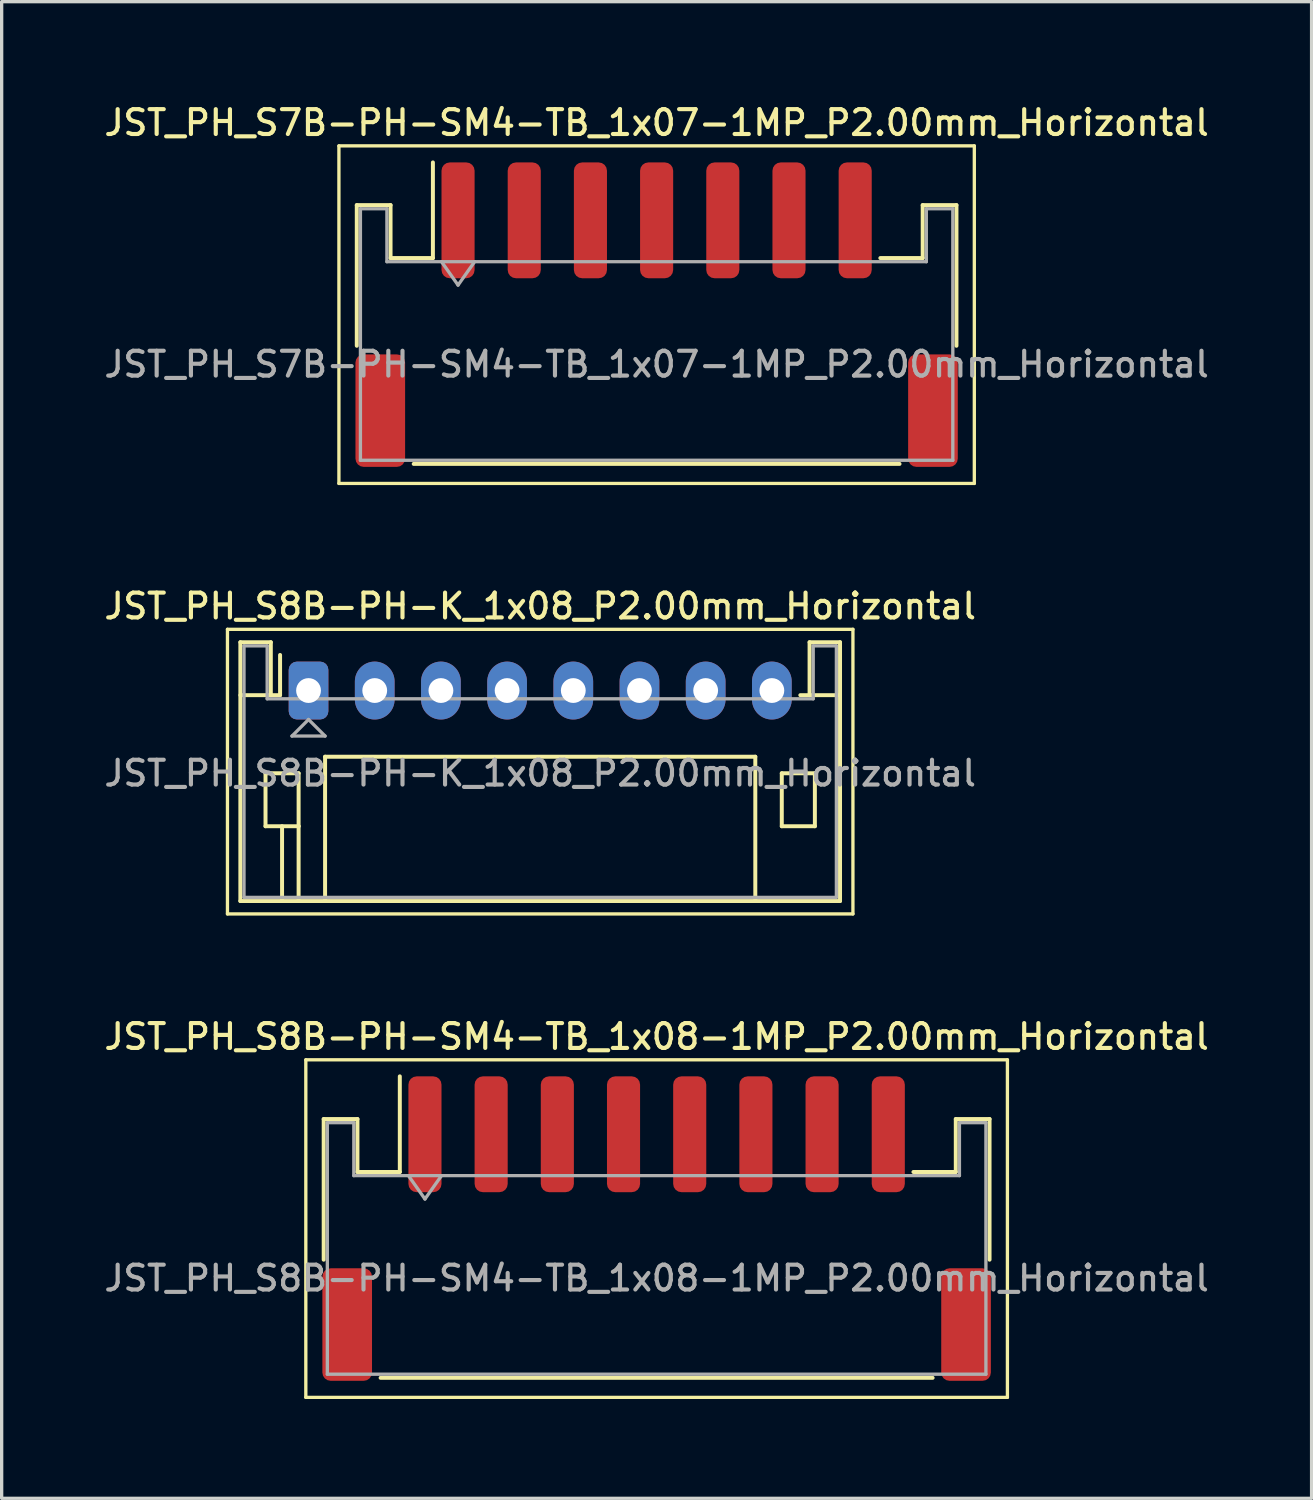
<source format=kicad_pcb>
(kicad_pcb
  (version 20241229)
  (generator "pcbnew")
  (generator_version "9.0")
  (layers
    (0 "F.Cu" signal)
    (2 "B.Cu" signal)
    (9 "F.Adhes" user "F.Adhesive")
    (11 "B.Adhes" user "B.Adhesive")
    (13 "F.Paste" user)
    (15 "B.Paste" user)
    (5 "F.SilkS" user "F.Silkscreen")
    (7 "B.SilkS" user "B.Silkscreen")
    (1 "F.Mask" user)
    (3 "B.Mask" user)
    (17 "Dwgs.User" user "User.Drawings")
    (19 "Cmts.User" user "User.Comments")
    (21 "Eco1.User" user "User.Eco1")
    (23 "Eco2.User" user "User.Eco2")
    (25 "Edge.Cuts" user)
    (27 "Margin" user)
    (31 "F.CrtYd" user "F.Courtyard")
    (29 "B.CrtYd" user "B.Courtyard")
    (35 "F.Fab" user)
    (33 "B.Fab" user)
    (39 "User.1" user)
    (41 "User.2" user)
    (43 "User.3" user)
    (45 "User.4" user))
  (footprint "JST_PH_S8B-PH-K_1x08_P2.00mm_Horizontal"
    (layer "F.Cu")
    (at 6.273 17.816)
    (property "Reference" "JST_PH_S8B-PH-K_1x08_P2.00mm_Horizontal" (at 7 -2.55 0) (layer "F.SilkS") (effects (font (size 0.75 0.75) (thickness 0.125))))
    (attr through_hole)
    (fp_line (start -2.45 -1.85) (end -2.45 6.75) (stroke (width 0.1) (type solid)) (layer "F.SilkS"))
    (fp_line (start -2.45 6.75) (end 16.45 6.75) (stroke (width 0.1) (type solid)) (layer "F.SilkS"))
    (fp_line (start -2.06 -1.46) (end -2.06 6.36) (stroke (width 0.12) (type solid)) (layer "F.SilkS"))
    (fp_line (start -2.06 0.14) (end -1.14 0.14) (stroke (width 0.12) (type solid)) (layer "F.SilkS"))
    (fp_line (start -2.06 6.36) (end 16.06 6.36) (stroke (width 0.12) (type solid)) (layer "F.SilkS"))
    (fp_line (start -1.3 2.5) (end -1.3 4.1) (stroke (width 0.12) (type solid)) (layer "F.SilkS"))
    (fp_line (start -1.3 4.1) (end -0.3 4.1) (stroke (width 0.12) (type solid)) (layer "F.SilkS"))
    (fp_line (start -1.14 -1.46) (end -2.06 -1.46) (stroke (width 0.12) (type solid)) (layer "F.SilkS"))
    (fp_line (start -1.14 0.14) (end -1.14 -1.46) (stroke (width 0.12) (type solid)) (layer "F.SilkS"))
    (fp_line (start -0.86 0.14) (end -1.14 0.14) (stroke (width 0.12) (type solid)) (layer "F.SilkS"))
    (fp_line (start -0.86 0.14) (end -0.86 -1.075) (stroke (width 0.12) (type solid)) (layer "F.SilkS"))
    (fp_line (start -0.8 4.1) (end -0.8 6.36) (stroke (width 0.12) (type solid)) (layer "F.SilkS"))
    (fp_line (start -0.3 2.5) (end -1.3 2.5) (stroke (width 0.12) (type solid)) (layer "F.SilkS"))
    (fp_line (start -0.3 4.1) (end -0.3 2.5) (stroke (width 0.12) (type solid)) (layer "F.SilkS"))
    (fp_line (start -0.3 4.1) (end -0.3 6.36) (stroke (width 0.12) (type solid)) (layer "F.SilkS"))
    (fp_line (start 0.5 2) (end 13.5 2) (stroke (width 0.12) (type solid)) (layer "F.SilkS"))
    (fp_line (start 0.5 6.36) (end 0.5 2) (stroke (width 0.12) (type solid)) (layer "F.SilkS"))
    (fp_line (start 13.5 2) (end 13.5 6.36) (stroke (width 0.12) (type solid)) (layer "F.SilkS"))
    (fp_line (start 14.3 2.5) (end 15.3 2.5) (stroke (width 0.12) (type solid)) (layer "F.SilkS"))
    (fp_line (start 14.3 4.1) (end 14.3 2.5) (stroke (width 0.12) (type solid)) (layer "F.SilkS"))
    (fp_line (start 15.14 -1.46) (end 15.14 0.14) (stroke (width 0.12) (type solid)) (layer "F.SilkS"))
    (fp_line (start 15.14 0.14) (end 14.86 0.14) (stroke (width 0.12) (type solid)) (layer "F.SilkS"))
    (fp_line (start 15.3 2.5) (end 15.3 4.1) (stroke (width 0.12) (type solid)) (layer "F.SilkS"))
    (fp_line (start 15.3 4.1) (end 14.3 4.1) (stroke (width 0.12) (type solid)) (layer "F.SilkS"))
    (fp_line (start 16.06 -1.46) (end 15.14 -1.46) (stroke (width 0.12) (type solid)) (layer "F.SilkS"))
    (fp_line (start 16.06 0.14) (end 15.14 0.14) (stroke (width 0.12) (type solid)) (layer "F.SilkS"))
    (fp_line (start 16.06 6.36) (end 16.06 -1.46) (stroke (width 0.12) (type solid)) (layer "F.SilkS"))
    (fp_line (start 16.45 -1.85) (end -2.45 -1.85) (stroke (width 0.1) (type solid)) (layer "F.SilkS"))
    (fp_line (start 16.45 6.75) (end 16.45 -1.85) (stroke (width 0.1) (type solid)) (layer "F.SilkS"))
    (fp_line (start -1.95 -1.35) (end -1.95 6.25) (stroke (width 0.1) (type solid)) (layer "F.Fab"))
    (fp_line (start -1.95 6.25) (end 15.95 6.25) (stroke (width 0.1) (type solid)) (layer "F.Fab"))
    (fp_line (start -1.25 -1.35) (end -1.95 -1.35) (stroke (width 0.1) (type solid)) (layer "F.Fab"))
    (fp_line (start -1.25 0.25) (end -1.25 -1.35) (stroke (width 0.1) (type solid)) (layer "F.Fab"))
    (fp_line (start -0.5 1.375) (end 0.5 1.375) (stroke (width 0.1) (type solid)) (layer "F.Fab"))
    (fp_line (start 0 0.875) (end -0.5 1.375) (stroke (width 0.1) (type solid)) (layer "F.Fab"))
    (fp_line (start 0.5 1.375) (end 0 0.875) (stroke (width 0.1) (type solid)) (layer "F.Fab"))
    (fp_line (start 15.25 -1.35) (end 15.25 0.25) (stroke (width 0.1) (type solid)) (layer "F.Fab"))
    (fp_line (start 15.25 0.25) (end -1.25 0.25) (stroke (width 0.1) (type solid)) (layer "F.Fab"))
    (fp_line (start 15.95 -1.35) (end 15.25 -1.35) (stroke (width 0.1) (type solid)) (layer "F.Fab"))
    (fp_line (start 15.95 6.25) (end 15.95 -1.35) (stroke (width 0.1) (type solid)) (layer "F.Fab"))
    (fp_text user "${REFERENCE}" (at 7 2.5 0) (layer "F.Fab") (effects (font (size 0.75 0.75) (thickness 0.125))))
    (pad "1" thru_hole roundrect (at 0 0) (size 1.2 1.75) (drill 0.75) (layers "*.Cu" "*.Mask") (roundrect_rratio 0.208))
    (pad "2" thru_hole oval (at 2 0) (size 1.2 1.75) (drill 0.75) (layers "*.Cu" "*.Mask"))
    (pad "3" thru_hole oval (at 4 0) (size 1.2 1.75) (drill 0.75) (layers "*.Cu" "*.Mask"))
    (pad "4" thru_hole oval (at 6 0) (size 1.2 1.75) (drill 0.75) (layers "*.Cu" "*.Mask"))
    (pad "5" thru_hole oval (at 8 0) (size 1.2 1.75) (drill 0.75) (layers "*.Cu" "*.Mask"))
    (pad "6" thru_hole oval (at 10 0) (size 1.2 1.75) (drill 0.75) (layers "*.Cu" "*.Mask"))
    (pad "7" thru_hole oval (at 12 0) (size 1.2 1.75) (drill 0.75) (layers "*.Cu" "*.Mask"))
    (pad "8" thru_hole oval (at 14 0) (size 1.2 1.75) (drill 0.75) (layers "*.Cu" "*.Mask")))
  (footprint "JST_PH_S8B-PH-SM4-TB_1x08-1MP_P2.00mm_Horizontal"
    (layer "F.Cu")
    (at 16.791 34.074)
    (property "Reference" "JST_PH_S8B-PH-SM4-TB_1x08-1MP_P2.00mm_Horizontal" (at 0 -5.8 0) (layer "F.SilkS") (effects (font (size 0.75 0.75) (thickness 0.125))))
    (attr smd)
    (fp_line (start -10.6 -5.1) (end -10.6 5.1) (stroke (width 0.1) (type solid)) (layer "F.SilkS"))
    (fp_line (start -10.6 5.1) (end 10.6 5.1) (stroke (width 0.1) (type solid)) (layer "F.SilkS"))
    (fp_line (start -10.06 -3.31) (end -9.04 -3.31) (stroke (width 0.12) (type solid)) (layer "F.SilkS"))
    (fp_line (start -10.06 0.94) (end -10.06 -3.31) (stroke (width 0.12) (type solid)) (layer "F.SilkS"))
    (fp_line (start -9.04 -3.31) (end -9.04 -1.71) (stroke (width 0.12) (type solid)) (layer "F.SilkS"))
    (fp_line (start -9.04 -1.71) (end -7.76 -1.71) (stroke (width 0.12) (type solid)) (layer "F.SilkS"))
    (fp_line (start -8.34 4.51) (end 8.34 4.51) (stroke (width 0.12) (type solid)) (layer "F.SilkS"))
    (fp_line (start -7.76 -1.71) (end -7.76 -4.6) (stroke (width 0.12) (type solid)) (layer "F.SilkS"))
    (fp_line (start 9.04 -3.31) (end 9.04 -1.71) (stroke (width 0.12) (type solid)) (layer "F.SilkS"))
    (fp_line (start 9.04 -1.71) (end 7.76 -1.71) (stroke (width 0.12) (type solid)) (layer "F.SilkS"))
    (fp_line (start 10.06 -3.31) (end 9.04 -3.31) (stroke (width 0.12) (type solid)) (layer "F.SilkS"))
    (fp_line (start 10.06 0.94) (end 10.06 -3.31) (stroke (width 0.12) (type solid)) (layer "F.SilkS"))
    (fp_line (start 10.6 -5.1) (end -10.6 -5.1) (stroke (width 0.1) (type solid)) (layer "F.SilkS"))
    (fp_line (start 10.6 5.1) (end 10.6 -5.1) (stroke (width 0.1) (type solid)) (layer "F.SilkS"))
    (fp_line (start -9.95 -3.2) (end -9.95 4.4) (stroke (width 0.1) (type solid)) (layer "F.Fab"))
    (fp_line (start -9.95 -3.2) (end -9.15 -3.2) (stroke (width 0.1) (type solid)) (layer "F.Fab"))
    (fp_line (start -9.95 4.4) (end 9.95 4.4) (stroke (width 0.1) (type solid)) (layer "F.Fab"))
    (fp_line (start -9.15 -3.2) (end -9.15 -1.6) (stroke (width 0.1) (type solid)) (layer "F.Fab"))
    (fp_line (start -9.15 -1.6) (end 9.15 -1.6) (stroke (width 0.1) (type solid)) (layer "F.Fab"))
    (fp_line (start -7.5 -1.6) (end -7 -0.893) (stroke (width 0.1) (type solid)) (layer "F.Fab"))
    (fp_line (start -7 -0.893) (end -6.5 -1.6) (stroke (width 0.1) (type solid)) (layer "F.Fab"))
    (fp_line (start 9.15 -3.2) (end 9.95 -3.2) (stroke (width 0.1) (type solid)) (layer "F.Fab"))
    (fp_line (start 9.15 -1.6) (end 9.15 -3.2) (stroke (width 0.1) (type solid)) (layer "F.Fab"))
    (fp_line (start 9.95 -3.2) (end 9.95 4.4) (stroke (width 0.1) (type solid)) (layer "F.Fab"))
    (fp_text user "${REFERENCE}" (at 0 1.5 0) (layer "F.Fab") (effects (font (size 0.75 0.75) (thickness 0.125))))
    (pad "1" smd roundrect (at -7 -2.85) (size 1 3.5) (layers "F.Cu" "F.Mask" "F.Paste") (roundrect_rratio 0.25))
    (pad "2" smd roundrect (at -5 -2.85) (size 1 3.5) (layers "F.Cu" "F.Mask" "F.Paste") (roundrect_rratio 0.25))
    (pad "3" smd roundrect (at -3 -2.85) (size 1 3.5) (layers "F.Cu" "F.Mask" "F.Paste") (roundrect_rratio 0.25))
    (pad "4" smd roundrect (at -1 -2.85) (size 1 3.5) (layers "F.Cu" "F.Mask" "F.Paste") (roundrect_rratio 0.25))
    (pad "5" smd roundrect (at 1 -2.85) (size 1 3.5) (layers "F.Cu" "F.Mask" "F.Paste") (roundrect_rratio 0.25))
    (pad "6" smd roundrect (at 3 -2.85) (size 1 3.5) (layers "F.Cu" "F.Mask" "F.Paste") (roundrect_rratio 0.25))
    (pad "7" smd roundrect (at 5 -2.85) (size 1 3.5) (layers "F.Cu" "F.Mask" "F.Paste") (roundrect_rratio 0.25))
    (pad "8" smd roundrect (at 7 -2.85) (size 1 3.5) (layers "F.Cu" "F.Mask" "F.Paste") (roundrect_rratio 0.25))
    (pad "MP" smd roundrect (at -9.35 2.9) (size 1.5 3.4) (layers "F.Cu" "F.Mask" "F.Paste") (roundrect_rratio 0.167))
    (pad "MP" smd roundrect (at 9.35 2.9) (size 1.5 3.4) (layers "F.Cu" "F.Mask" "F.Paste") (roundrect_rratio 0.167)))
  (footprint "JST_PH_S7B-PH-SM4-TB_1x07-1MP_P2.00mm_Horizontal"
    (layer "F.Cu")
    (at 16.791 6.458)
    (property "Reference" "JST_PH_S7B-PH-SM4-TB_1x07-1MP_P2.00mm_Horizontal" (at 0 -5.8 0) (layer "F.SilkS") (effects (font (size 0.75 0.75) (thickness 0.125))))
    (attr smd)
    (fp_line (start -9.6 -5.1) (end -9.6 5.1) (stroke (width 0.1) (type solid)) (layer "F.SilkS"))
    (fp_line (start -9.6 5.1) (end 9.6 5.1) (stroke (width 0.1) (type solid)) (layer "F.SilkS"))
    (fp_line (start -9.06 -3.31) (end -8.04 -3.31) (stroke (width 0.12) (type solid)) (layer "F.SilkS"))
    (fp_line (start -9.06 0.94) (end -9.06 -3.31) (stroke (width 0.12) (type solid)) (layer "F.SilkS"))
    (fp_line (start -8.04 -3.31) (end -8.04 -1.71) (stroke (width 0.12) (type solid)) (layer "F.SilkS"))
    (fp_line (start -8.04 -1.71) (end -6.76 -1.71) (stroke (width 0.12) (type solid)) (layer "F.SilkS"))
    (fp_line (start -7.34 4.51) (end 7.34 4.51) (stroke (width 0.12) (type solid)) (layer "F.SilkS"))
    (fp_line (start -6.76 -1.71) (end -6.76 -4.6) (stroke (width 0.12) (type solid)) (layer "F.SilkS"))
    (fp_line (start 8.04 -3.31) (end 8.04 -1.71) (stroke (width 0.12) (type solid)) (layer "F.SilkS"))
    (fp_line (start 8.04 -1.71) (end 6.76 -1.71) (stroke (width 0.12) (type solid)) (layer "F.SilkS"))
    (fp_line (start 9.06 -3.31) (end 8.04 -3.31) (stroke (width 0.12) (type solid)) (layer "F.SilkS"))
    (fp_line (start 9.06 0.94) (end 9.06 -3.31) (stroke (width 0.12) (type solid)) (layer "F.SilkS"))
    (fp_line (start 9.6 -5.1) (end -9.6 -5.1) (stroke (width 0.1) (type solid)) (layer "F.SilkS"))
    (fp_line (start 9.6 5.1) (end 9.6 -5.1) (stroke (width 0.1) (type solid)) (layer "F.SilkS"))
    (fp_line (start -8.95 -3.2) (end -8.95 4.4) (stroke (width 0.1) (type solid)) (layer "F.Fab"))
    (fp_line (start -8.95 -3.2) (end -8.15 -3.2) (stroke (width 0.1) (type solid)) (layer "F.Fab"))
    (fp_line (start -8.95 4.4) (end 8.95 4.4) (stroke (width 0.1) (type solid)) (layer "F.Fab"))
    (fp_line (start -8.15 -3.2) (end -8.15 -1.6) (stroke (width 0.1) (type solid)) (layer "F.Fab"))
    (fp_line (start -8.15 -1.6) (end 8.15 -1.6) (stroke (width 0.1) (type solid)) (layer "F.Fab"))
    (fp_line (start -6.5 -1.6) (end -6 -0.893) (stroke (width 0.1) (type solid)) (layer "F.Fab"))
    (fp_line (start -6 -0.893) (end -5.5 -1.6) (stroke (width 0.1) (type solid)) (layer "F.Fab"))
    (fp_line (start 8.15 -3.2) (end 8.95 -3.2) (stroke (width 0.1) (type solid)) (layer "F.Fab"))
    (fp_line (start 8.15 -1.6) (end 8.15 -3.2) (stroke (width 0.1) (type solid)) (layer "F.Fab"))
    (fp_line (start 8.95 -3.2) (end 8.95 4.4) (stroke (width 0.1) (type solid)) (layer "F.Fab"))
    (fp_text user "${REFERENCE}" (at 0 1.5 0) (layer "F.Fab") (effects (font (size 0.75 0.75) (thickness 0.125))))
    (pad "1" smd roundrect (at -6 -2.85) (size 1 3.5) (layers "F.Cu" "F.Mask" "F.Paste") (roundrect_rratio 0.25))
    (pad "2" smd roundrect (at -4 -2.85) (size 1 3.5) (layers "F.Cu" "F.Mask" "F.Paste") (roundrect_rratio 0.25))
    (pad "3" smd roundrect (at -2 -2.85) (size 1 3.5) (layers "F.Cu" "F.Mask" "F.Paste") (roundrect_rratio 0.25))
    (pad "4" smd roundrect (at 0 -2.85) (size 1 3.5) (layers "F.Cu" "F.Mask" "F.Paste") (roundrect_rratio 0.25))
    (pad "5" smd roundrect (at 2 -2.85) (size 1 3.5) (layers "F.Cu" "F.Mask" "F.Paste") (roundrect_rratio 0.25))
    (pad "6" smd roundrect (at 4 -2.85) (size 1 3.5) (layers "F.Cu" "F.Mask" "F.Paste") (roundrect_rratio 0.25))
    (pad "7" smd roundrect (at 6 -2.85) (size 1 3.5) (layers "F.Cu" "F.Mask" "F.Paste") (roundrect_rratio 0.25))
    (pad "MP" smd roundrect (at -8.35 2.9) (size 1.5 3.4) (layers "F.Cu" "F.Mask" "F.Paste") (roundrect_rratio 0.167))
    (pad "MP" smd roundrect (at 8.35 2.9) (size 1.5 3.4) (layers "F.Cu" "F.Mask" "F.Paste") (roundrect_rratio 0.167)))
  (gr_rect
    (start -3 -3)
    (end 36.582 42.224)
    (stroke (width 0.1) (type default))
    (fill no)
    (layer "Edge.Cuts")))
</source>
